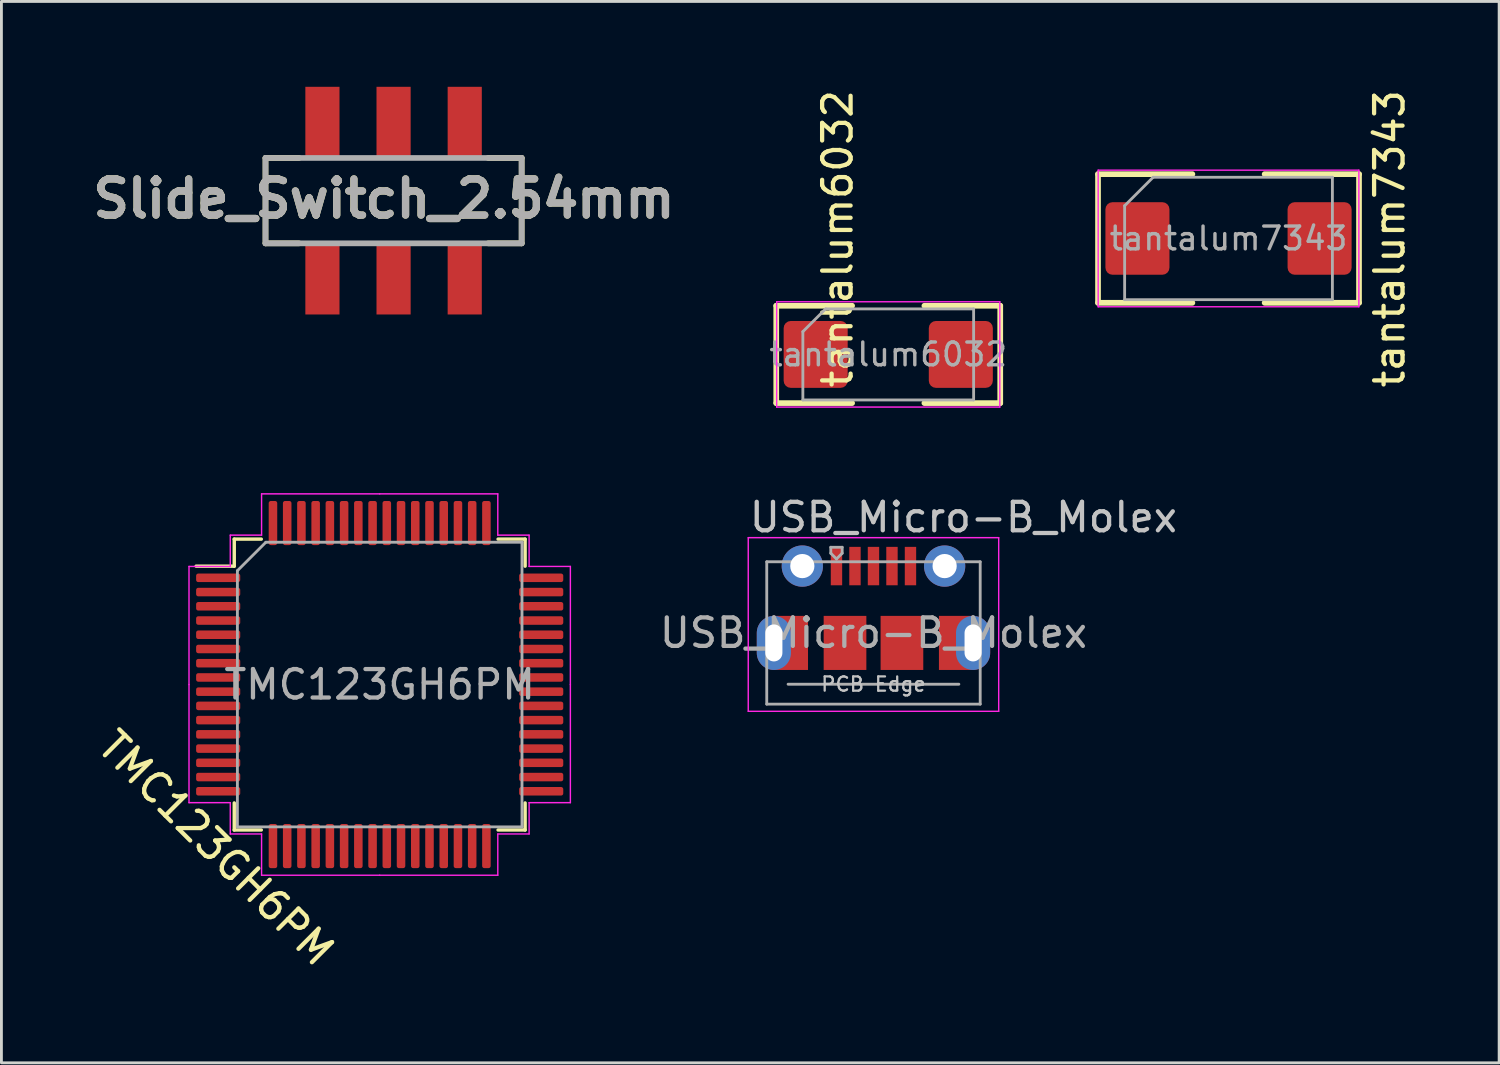
<source format=kicad_pcb>
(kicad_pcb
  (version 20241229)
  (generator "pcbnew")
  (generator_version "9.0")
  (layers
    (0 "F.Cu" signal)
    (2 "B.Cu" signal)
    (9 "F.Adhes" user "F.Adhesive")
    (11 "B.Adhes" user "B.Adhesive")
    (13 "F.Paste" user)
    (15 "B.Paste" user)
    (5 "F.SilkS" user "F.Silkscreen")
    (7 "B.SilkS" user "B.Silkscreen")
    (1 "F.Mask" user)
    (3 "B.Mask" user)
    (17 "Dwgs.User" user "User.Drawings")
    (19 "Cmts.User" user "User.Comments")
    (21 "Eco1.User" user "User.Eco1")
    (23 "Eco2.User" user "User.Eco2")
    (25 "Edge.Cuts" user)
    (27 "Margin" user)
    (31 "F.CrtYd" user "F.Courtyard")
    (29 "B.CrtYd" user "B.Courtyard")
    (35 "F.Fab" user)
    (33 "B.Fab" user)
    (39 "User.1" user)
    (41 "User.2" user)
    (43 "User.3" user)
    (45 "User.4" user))
  (footprint "tantalum7343"
    (layer "F.Cu")
    (at 40.116 5.329)
    (property "Reference" "tantalum7343" (at 5.66 0.01 270) (layer "F.SilkS") (effects (font (size 1 1) (thickness 0.15))))
    (attr smd)
    (fp_line (start -4.585 -2.26) (end -4.585 2.26) (stroke (width 0.2) (type solid)) (layer "F.SilkS"))
    (fp_line (start -4.585 2.26) (end -1.27 2.26) (stroke (width 0.2) (type solid)) (layer "F.SilkS"))
    (fp_line (start -1.27 -2.26) (end -4.585 -2.26) (stroke (width 0.2) (type solid)) (layer "F.SilkS"))
    (fp_line (start 1.27 2.26) (end 4.585 2.26) (stroke (width 0.2) (type solid)) (layer "F.SilkS"))
    (fp_line (start 4.585 -2.26) (end 1.27 -2.26) (stroke (width 0.2) (type solid)) (layer "F.SilkS"))
    (fp_line (start 4.585 2.26) (end 4.585 -2.26) (stroke (width 0.2) (type solid)) (layer "F.SilkS"))
    (fp_line (start -4.58 -2.4) (end 4.58 -2.4) (stroke (width 0.05) (type solid)) (layer "F.CrtYd"))
    (fp_line (start -4.58 2.4) (end -4.58 -2.4) (stroke (width 0.05) (type solid)) (layer "F.CrtYd"))
    (fp_line (start 4.58 -2.4) (end 4.58 2.4) (stroke (width 0.05) (type solid)) (layer "F.CrtYd"))
    (fp_line (start 4.58 2.4) (end -4.58 2.4) (stroke (width 0.05) (type solid)) (layer "F.CrtYd"))
    (fp_line (start -3.65 -1.15) (end -3.65 2.15) (stroke (width 0.1) (type solid)) (layer "F.Fab"))
    (fp_line (start -3.65 2.15) (end 3.65 2.15) (stroke (width 0.1) (type solid)) (layer "F.Fab"))
    (fp_line (start -2.65 -2.15) (end -3.65 -1.15) (stroke (width 0.1) (type solid)) (layer "F.Fab"))
    (fp_line (start 3.65 -2.15) (end -2.65 -2.15) (stroke (width 0.1) (type solid)) (layer "F.Fab"))
    (fp_line (start 3.65 2.15) (end 3.65 -2.15) (stroke (width 0.1) (type solid)) (layer "F.Fab"))
    (fp_text user "${REFERENCE}" (at 0 0 0) (layer "F.Fab") (effects (font (size 0.8 0.8) (thickness 0.12))))
    (pad "1" smd roundrect (at -3.2 0) (size 2.25 2.55) (layers "F.Cu" "F.Mask" "F.Paste") (roundrect_rratio 0.111))
    (pad "2" smd roundrect (at 3.2 0) (size 2.25 2.55) (layers "F.Cu" "F.Mask" "F.Paste") (roundrect_rratio 0.111)))
  (footprint "TMC123GH6PM"
    (layer "F.Cu")
    (at 10.291 21.003)
    (property "Reference" "TMC123GH6PM" (at -5.747 5.747 315) (layer "F.SilkS") (effects (font (size 1 1) (thickness 0.15))))
    (attr smd)
    (fp_line (start -5.11 -5.11) (end -5.11 -4.16) (stroke (width 0.12) (type solid)) (layer "F.SilkS"))
    (fp_line (start -5.11 -4.16) (end -6.45 -4.16) (stroke (width 0.12) (type solid)) (layer "F.SilkS"))
    (fp_line (start -5.11 5.11) (end -5.11 4.16) (stroke (width 0.12) (type solid)) (layer "F.SilkS"))
    (fp_line (start -4.16 -5.11) (end -5.11 -5.11) (stroke (width 0.12) (type solid)) (layer "F.SilkS"))
    (fp_line (start -4.16 5.11) (end -5.11 5.11) (stroke (width 0.12) (type solid)) (layer "F.SilkS"))
    (fp_line (start 4.16 -5.11) (end 5.11 -5.11) (stroke (width 0.12) (type solid)) (layer "F.SilkS"))
    (fp_line (start 4.16 5.11) (end 5.11 5.11) (stroke (width 0.12) (type solid)) (layer "F.SilkS"))
    (fp_line (start 5.11 -5.11) (end 5.11 -4.16) (stroke (width 0.12) (type solid)) (layer "F.SilkS"))
    (fp_line (start 5.11 5.11) (end 5.11 4.16) (stroke (width 0.12) (type solid)) (layer "F.SilkS"))
    (fp_line (start -6.7 -4.15) (end -6.7 0) (stroke (width 0.05) (type solid)) (layer "F.CrtYd"))
    (fp_line (start -6.7 4.15) (end -6.7 0) (stroke (width 0.05) (type solid)) (layer "F.CrtYd"))
    (fp_line (start -5.25 -5.25) (end -5.25 -4.15) (stroke (width 0.05) (type solid)) (layer "F.CrtYd"))
    (fp_line (start -5.25 -4.15) (end -6.7 -4.15) (stroke (width 0.05) (type solid)) (layer "F.CrtYd"))
    (fp_line (start -5.25 4.15) (end -6.7 4.15) (stroke (width 0.05) (type solid)) (layer "F.CrtYd"))
    (fp_line (start -5.25 5.25) (end -5.25 4.15) (stroke (width 0.05) (type solid)) (layer "F.CrtYd"))
    (fp_line (start -4.15 -6.7) (end -4.15 -5.25) (stroke (width 0.05) (type solid)) (layer "F.CrtYd"))
    (fp_line (start -4.15 -5.25) (end -5.25 -5.25) (stroke (width 0.05) (type solid)) (layer "F.CrtYd"))
    (fp_line (start -4.15 5.25) (end -5.25 5.25) (stroke (width 0.05) (type solid)) (layer "F.CrtYd"))
    (fp_line (start -4.15 6.7) (end -4.15 5.25) (stroke (width 0.05) (type solid)) (layer "F.CrtYd"))
    (fp_line (start 0 -6.7) (end -4.15 -6.7) (stroke (width 0.05) (type solid)) (layer "F.CrtYd"))
    (fp_line (start 0 -6.7) (end 4.15 -6.7) (stroke (width 0.05) (type solid)) (layer "F.CrtYd"))
    (fp_line (start 0 6.7) (end -4.15 6.7) (stroke (width 0.05) (type solid)) (layer "F.CrtYd"))
    (fp_line (start 0 6.7) (end 4.15 6.7) (stroke (width 0.05) (type solid)) (layer "F.CrtYd"))
    (fp_line (start 4.15 -6.7) (end 4.15 -5.25) (stroke (width 0.05) (type solid)) (layer "F.CrtYd"))
    (fp_line (start 4.15 -5.25) (end 5.25 -5.25) (stroke (width 0.05) (type solid)) (layer "F.CrtYd"))
    (fp_line (start 4.15 5.25) (end 5.25 5.25) (stroke (width 0.05) (type solid)) (layer "F.CrtYd"))
    (fp_line (start 4.15 6.7) (end 4.15 5.25) (stroke (width 0.05) (type solid)) (layer "F.CrtYd"))
    (fp_line (start 5.25 -5.25) (end 5.25 -4.15) (stroke (width 0.05) (type solid)) (layer "F.CrtYd"))
    (fp_line (start 5.25 -4.15) (end 6.7 -4.15) (stroke (width 0.05) (type solid)) (layer "F.CrtYd"))
    (fp_line (start 5.25 4.15) (end 6.7 4.15) (stroke (width 0.05) (type solid)) (layer "F.CrtYd"))
    (fp_line (start 5.25 5.25) (end 5.25 4.15) (stroke (width 0.05) (type solid)) (layer "F.CrtYd"))
    (fp_line (start 6.7 -4.15) (end 6.7 0) (stroke (width 0.05) (type solid)) (layer "F.CrtYd"))
    (fp_line (start 6.7 4.15) (end 6.7 0) (stroke (width 0.05) (type solid)) (layer "F.CrtYd"))
    (fp_line (start -5 -4) (end -4 -5) (stroke (width 0.1) (type solid)) (layer "F.Fab"))
    (fp_line (start -5 5) (end -5 -4) (stroke (width 0.1) (type solid)) (layer "F.Fab"))
    (fp_line (start -4 -5) (end 5 -5) (stroke (width 0.1) (type solid)) (layer "F.Fab"))
    (fp_line (start 5 -5) (end 5 5) (stroke (width 0.1) (type solid)) (layer "F.Fab"))
    (fp_line (start 5 5) (end -5 5) (stroke (width 0.1) (type solid)) (layer "F.Fab"))
    (fp_text user "${REFERENCE}" (at 0 0 0) (layer "F.Fab") (effects (font (size 1 1) (thickness 0.15))))
    (pad "1" smd roundrect (at -5.675 -3.75) (size 1.55 0.3) (layers "F.Cu" "F.Mask" "F.Paste") (roundrect_rratio 0.25))
    (pad "2" smd roundrect (at -5.675 -3.25) (size 1.55 0.3) (layers "F.Cu" "F.Mask" "F.Paste") (roundrect_rratio 0.25))
    (pad "3" smd roundrect (at -5.675 -2.75) (size 1.55 0.3) (layers "F.Cu" "F.Mask" "F.Paste") (roundrect_rratio 0.25))
    (pad "4" smd roundrect (at -5.675 -2.25) (size 1.55 0.3) (layers "F.Cu" "F.Mask" "F.Paste") (roundrect_rratio 0.25))
    (pad "5" smd roundrect (at -5.675 -1.75) (size 1.55 0.3) (layers "F.Cu" "F.Mask" "F.Paste") (roundrect_rratio 0.25))
    (pad "6" smd roundrect (at -5.675 -1.25) (size 1.55 0.3) (layers "F.Cu" "F.Mask" "F.Paste") (roundrect_rratio 0.25))
    (pad "7" smd roundrect (at -5.675 -0.75) (size 1.55 0.3) (layers "F.Cu" "F.Mask" "F.Paste") (roundrect_rratio 0.25))
    (pad "8" smd roundrect (at -5.675 -0.25) (size 1.55 0.3) (layers "F.Cu" "F.Mask" "F.Paste") (roundrect_rratio 0.25))
    (pad "9" smd roundrect (at -5.675 0.25) (size 1.55 0.3) (layers "F.Cu" "F.Mask" "F.Paste") (roundrect_rratio 0.25))
    (pad "10" smd roundrect (at -5.675 0.75) (size 1.55 0.3) (layers "F.Cu" "F.Mask" "F.Paste") (roundrect_rratio 0.25))
    (pad "11" smd roundrect (at -5.675 1.25) (size 1.55 0.3) (layers "F.Cu" "F.Mask" "F.Paste") (roundrect_rratio 0.25))
    (pad "12" smd roundrect (at -5.675 1.75) (size 1.55 0.3) (layers "F.Cu" "F.Mask" "F.Paste") (roundrect_rratio 0.25))
    (pad "13" smd roundrect (at -5.675 2.25) (size 1.55 0.3) (layers "F.Cu" "F.Mask" "F.Paste") (roundrect_rratio 0.25))
    (pad "14" smd roundrect (at -5.675 2.75) (size 1.55 0.3) (layers "F.Cu" "F.Mask" "F.Paste") (roundrect_rratio 0.25))
    (pad "15" smd roundrect (at -5.675 3.25) (size 1.55 0.3) (layers "F.Cu" "F.Mask" "F.Paste") (roundrect_rratio 0.25))
    (pad "16" smd roundrect (at -5.675 3.75) (size 1.55 0.3) (layers "F.Cu" "F.Mask" "F.Paste") (roundrect_rratio 0.25))
    (pad "17" smd roundrect (at -3.75 5.675) (size 0.3 1.55) (layers "F.Cu" "F.Mask" "F.Paste") (roundrect_rratio 0.25))
    (pad "18" smd roundrect (at -3.25 5.675) (size 0.3 1.55) (layers "F.Cu" "F.Mask" "F.Paste") (roundrect_rratio 0.25))
    (pad "19" smd roundrect (at -2.75 5.675) (size 0.3 1.55) (layers "F.Cu" "F.Mask" "F.Paste") (roundrect_rratio 0.25))
    (pad "20" smd roundrect (at -2.25 5.675) (size 0.3 1.55) (layers "F.Cu" "F.Mask" "F.Paste") (roundrect_rratio 0.25))
    (pad "21" smd roundrect (at -1.75 5.675) (size 0.3 1.55) (layers "F.Cu" "F.Mask" "F.Paste") (roundrect_rratio 0.25))
    (pad "22" smd roundrect (at -1.25 5.675) (size 0.3 1.55) (layers "F.Cu" "F.Mask" "F.Paste") (roundrect_rratio 0.25))
    (pad "23" smd roundrect (at -0.75 5.675) (size 0.3 1.55) (layers "F.Cu" "F.Mask" "F.Paste") (roundrect_rratio 0.25))
    (pad "24" smd roundrect (at -0.25 5.675) (size 0.3 1.55) (layers "F.Cu" "F.Mask" "F.Paste") (roundrect_rratio 0.25))
    (pad "25" smd roundrect (at 0.25 5.675) (size 0.3 1.55) (layers "F.Cu" "F.Mask" "F.Paste") (roundrect_rratio 0.25))
    (pad "26" smd roundrect (at 0.75 5.675) (size 0.3 1.55) (layers "F.Cu" "F.Mask" "F.Paste") (roundrect_rratio 0.25))
    (pad "27" smd roundrect (at 1.25 5.675) (size 0.3 1.55) (layers "F.Cu" "F.Mask" "F.Paste") (roundrect_rratio 0.25))
    (pad "28" smd roundrect (at 1.75 5.675) (size 0.3 1.55) (layers "F.Cu" "F.Mask" "F.Paste") (roundrect_rratio 0.25))
    (pad "29" smd roundrect (at 2.25 5.675) (size 0.3 1.55) (layers "F.Cu" "F.Mask" "F.Paste") (roundrect_rratio 0.25))
    (pad "30" smd roundrect (at 2.75 5.675) (size 0.3 1.55) (layers "F.Cu" "F.Mask" "F.Paste") (roundrect_rratio 0.25))
    (pad "31" smd roundrect (at 3.25 5.675) (size 0.3 1.55) (layers "F.Cu" "F.Mask" "F.Paste") (roundrect_rratio 0.25))
    (pad "32" smd roundrect (at 3.75 5.675) (size 0.3 1.55) (layers "F.Cu" "F.Mask" "F.Paste") (roundrect_rratio 0.25))
    (pad "33" smd roundrect (at 5.675 3.75) (size 1.55 0.3) (layers "F.Cu" "F.Mask" "F.Paste") (roundrect_rratio 0.25))
    (pad "34" smd roundrect (at 5.675 3.25) (size 1.55 0.3) (layers "F.Cu" "F.Mask" "F.Paste") (roundrect_rratio 0.25))
    (pad "35" smd roundrect (at 5.675 2.75) (size 1.55 0.3) (layers "F.Cu" "F.Mask" "F.Paste") (roundrect_rratio 0.25))
    (pad "36" smd roundrect (at 5.675 2.25) (size 1.55 0.3) (layers "F.Cu" "F.Mask" "F.Paste") (roundrect_rratio 0.25))
    (pad "37" smd roundrect (at 5.675 1.75) (size 1.55 0.3) (layers "F.Cu" "F.Mask" "F.Paste") (roundrect_rratio 0.25))
    (pad "38" smd roundrect (at 5.675 1.25) (size 1.55 0.3) (layers "F.Cu" "F.Mask" "F.Paste") (roundrect_rratio 0.25))
    (pad "39" smd roundrect (at 5.675 0.75) (size 1.55 0.3) (layers "F.Cu" "F.Mask" "F.Paste") (roundrect_rratio 0.25))
    (pad "40" smd roundrect (at 5.675 0.25) (size 1.55 0.3) (layers "F.Cu" "F.Mask" "F.Paste") (roundrect_rratio 0.25))
    (pad "41" smd roundrect (at 5.675 -0.25) (size 1.55 0.3) (layers "F.Cu" "F.Mask" "F.Paste") (roundrect_rratio 0.25))
    (pad "42" smd roundrect (at 5.675 -0.75) (size 1.55 0.3) (layers "F.Cu" "F.Mask" "F.Paste") (roundrect_rratio 0.25))
    (pad "43" smd roundrect (at 5.675 -1.25) (size 1.55 0.3) (layers "F.Cu" "F.Mask" "F.Paste") (roundrect_rratio 0.25))
    (pad "44" smd roundrect (at 5.675 -1.75) (size 1.55 0.3) (layers "F.Cu" "F.Mask" "F.Paste") (roundrect_rratio 0.25))
    (pad "45" smd roundrect (at 5.675 -2.25) (size 1.55 0.3) (layers "F.Cu" "F.Mask" "F.Paste") (roundrect_rratio 0.25))
    (pad "46" smd roundrect (at 5.675 -2.75) (size 1.55 0.3) (layers "F.Cu" "F.Mask" "F.Paste") (roundrect_rratio 0.25))
    (pad "47" smd roundrect (at 5.675 -3.25) (size 1.55 0.3) (layers "F.Cu" "F.Mask" "F.Paste") (roundrect_rratio 0.25))
    (pad "48" smd roundrect (at 5.675 -3.75) (size 1.55 0.3) (layers "F.Cu" "F.Mask" "F.Paste") (roundrect_rratio 0.25))
    (pad "49" smd roundrect (at 3.75 -5.675) (size 0.3 1.55) (layers "F.Cu" "F.Mask" "F.Paste") (roundrect_rratio 0.25))
    (pad "50" smd roundrect (at 3.25 -5.675) (size 0.3 1.55) (layers "F.Cu" "F.Mask" "F.Paste") (roundrect_rratio 0.25))
    (pad "51" smd roundrect (at 2.75 -5.675) (size 0.3 1.55) (layers "F.Cu" "F.Mask" "F.Paste") (roundrect_rratio 0.25))
    (pad "52" smd roundrect (at 2.25 -5.675) (size 0.3 1.55) (layers "F.Cu" "F.Mask" "F.Paste") (roundrect_rratio 0.25))
    (pad "53" smd roundrect (at 1.75 -5.675) (size 0.3 1.55) (layers "F.Cu" "F.Mask" "F.Paste") (roundrect_rratio 0.25))
    (pad "54" smd roundrect (at 1.25 -5.675) (size 0.3 1.55) (layers "F.Cu" "F.Mask" "F.Paste") (roundrect_rratio 0.25))
    (pad "55" smd roundrect (at 0.75 -5.675) (size 0.3 1.55) (layers "F.Cu" "F.Mask" "F.Paste") (roundrect_rratio 0.25))
    (pad "56" smd roundrect (at 0.25 -5.675) (size 0.3 1.55) (layers "F.Cu" "F.Mask" "F.Paste") (roundrect_rratio 0.25))
    (pad "57" smd roundrect (at -0.25 -5.675) (size 0.3 1.55) (layers "F.Cu" "F.Mask" "F.Paste") (roundrect_rratio 0.25))
    (pad "58" smd roundrect (at -0.75 -5.675) (size 0.3 1.55) (layers "F.Cu" "F.Mask" "F.Paste") (roundrect_rratio 0.25))
    (pad "59" smd roundrect (at -1.25 -5.675) (size 0.3 1.55) (layers "F.Cu" "F.Mask" "F.Paste") (roundrect_rratio 0.25))
    (pad "60" smd roundrect (at -1.75 -5.675) (size 0.3 1.55) (layers "F.Cu" "F.Mask" "F.Paste") (roundrect_rratio 0.25))
    (pad "61" smd roundrect (at -2.25 -5.675) (size 0.3 1.55) (layers "F.Cu" "F.Mask" "F.Paste") (roundrect_rratio 0.25))
    (pad "62" smd roundrect (at -2.75 -5.675) (size 0.3 1.55) (layers "F.Cu" "F.Mask" "F.Paste") (roundrect_rratio 0.25))
    (pad "63" smd roundrect (at -3.25 -5.675) (size 0.3 1.55) (layers "F.Cu" "F.Mask" "F.Paste") (roundrect_rratio 0.25))
    (pad "64" smd roundrect (at -3.75 -5.675) (size 0.3 1.55) (layers "F.Cu" "F.Mask" "F.Paste") (roundrect_rratio 0.25)))
  (footprint "tantalum6032"
    (layer "F.Cu")
    (at 28.16 9.403)
    (property "Reference" "tantalum6032" (at -1.778 -4.064 90) (layer "F.SilkS") (effects (font (size 1 1) (thickness 0.15))))
    (attr smd)
    (fp_line (start -3.935 -1.71) (end -3.935 1.71) (stroke (width 0.2) (type solid)) (layer "F.SilkS"))
    (fp_line (start -3.935 1.71) (end -1.27 1.71) (stroke (width 0.2) (type solid)) (layer "F.SilkS"))
    (fp_line (start -1.27 -1.71) (end -3.935 -1.71) (stroke (width 0.2) (type solid)) (layer "F.SilkS"))
    (fp_line (start 1.27 1.71) (end 3.935 1.71) (stroke (width 0.2) (type solid)) (layer "F.SilkS"))
    (fp_line (start 3.935 -1.71) (end 1.27 -1.71) (stroke (width 0.2) (type solid)) (layer "F.SilkS"))
    (fp_line (start 3.935 1.71) (end 3.935 -1.71) (stroke (width 0.2) (type solid)) (layer "F.SilkS"))
    (fp_line (start -3.92 -1.85) (end 3.92 -1.85) (stroke (width 0.05) (type solid)) (layer "F.CrtYd"))
    (fp_line (start -3.92 1.85) (end -3.92 -1.85) (stroke (width 0.05) (type solid)) (layer "F.CrtYd"))
    (fp_line (start 3.92 -1.85) (end 3.92 1.85) (stroke (width 0.05) (type solid)) (layer "F.CrtYd"))
    (fp_line (start 3.92 1.85) (end -3.92 1.85) (stroke (width 0.05) (type solid)) (layer "F.CrtYd"))
    (fp_line (start -3 -0.8) (end -3 1.6) (stroke (width 0.1) (type solid)) (layer "F.Fab"))
    (fp_line (start -3 1.6) (end 3 1.6) (stroke (width 0.1) (type solid)) (layer "F.Fab"))
    (fp_line (start -2.2 -1.6) (end -3 -0.8) (stroke (width 0.1) (type solid)) (layer "F.Fab"))
    (fp_line (start 3 -1.6) (end -2.2 -1.6) (stroke (width 0.1) (type solid)) (layer "F.Fab"))
    (fp_line (start 3 1.6) (end 3 -1.6) (stroke (width 0.1) (type solid)) (layer "F.Fab"))
    (fp_text user "${REFERENCE}" (at 0 0 0) (layer "F.Fab") (effects (font (size 0.8 0.8) (thickness 0.12))))
    (pad "1" smd roundrect (at -2.55 0) (size 2.25 2.35) (layers "F.Cu" "F.Mask" "F.Paste") (roundrect_rratio 0.111))
    (pad "2" smd roundrect (at 2.55 0) (size 2.25 2.35) (layers "F.Cu" "F.Mask" "F.Paste") (roundrect_rratio 0.111)))
  (footprint "USB_Micro-B_Molex"
    (layer "F.Cu")
    (at 27.641 18.302)
    (property "Reference" "USB_Micro-B_Molex" (at 3.16 -3.175 0) (layer "Dwgs.User") (effects (font (size 1 1) (thickness 0.15))))
    (attr smd)
    (fp_line (start -4.4 -2.46) (end 4.4 -2.46) (stroke (width 0.05) (type solid)) (layer "F.CrtYd"))
    (fp_line (start -4.4 3.64) (end -4.4 -2.46) (stroke (width 0.05) (type solid)) (layer "F.CrtYd"))
    (fp_line (start -4.4 3.64) (end 4.4 3.64) (stroke (width 0.05) (type solid)) (layer "F.CrtYd"))
    (fp_line (start 4.4 -2.46) (end 4.4 3.64) (stroke (width 0.05) (type solid)) (layer "F.CrtYd"))
    (fp_line (start -3.75 -1.613) (end 3.75 -1.613) (stroke (width 0.1) (type solid)) (layer "F.Fab"))
    (fp_line (start -3.75 3.388) (end -3.75 -1.613) (stroke (width 0.1) (type solid)) (layer "F.Fab"))
    (fp_line (start -3.75 3.389) (end 3.75 3.389) (stroke (width 0.1) (type solid)) (layer "F.Fab"))
    (fp_line (start -3 2.689) (end 3 2.689) (stroke (width 0.1) (type solid)) (layer "F.Fab"))
    (fp_line (start -1.5 -2.123) (end -1.5 -1.913) (stroke (width 0.1) (type solid)) (layer "F.Fab"))
    (fp_line (start -1.5 -2.123) (end -1.1 -2.123) (stroke (width 0.1) (type solid)) (layer "F.Fab"))
    (fp_line (start -1.3 -1.712) (end -1.5 -1.913) (stroke (width 0.1) (type solid)) (layer "F.Fab"))
    (fp_line (start -1.1 -2.123) (end -1.1 -1.913) (stroke (width 0.1) (type solid)) (layer "F.Fab"))
    (fp_line (start -1.1 -1.913) (end -1.3 -1.712) (stroke (width 0.1) (type solid)) (layer "F.Fab"))
    (fp_line (start 3.75 3.388) (end 3.75 -1.613) (stroke (width 0.1) (type solid)) (layer "F.Fab"))
    (fp_text user "PCB Edge" (at 0 2.688 0) (layer "Dwgs.User") (effects (font (size 0.5 0.5) (thickness 0.08))))
    (fp_text user "${REFERENCE}" (at 0 0.887 0) (layer "F.Fab") (effects (font (size 1 1) (thickness 0.15))))
    (pad "1" smd rect (at -1.3 -1.462) (size 0.4 1.35) (layers "F.Cu" "F.Mask" "F.Paste"))
    (pad "2" smd rect (at -0.65 -1.462) (size 0.4 1.35) (layers "F.Cu" "F.Mask" "F.Paste"))
    (pad "3" smd rect (at 0 -1.462) (size 0.4 1.35) (layers "F.Cu" "F.Mask" "F.Paste"))
    (pad "4" smd rect (at 0.65 -1.462) (size 0.4 1.35) (layers "F.Cu" "F.Mask" "F.Paste"))
    (pad "5" smd rect (at 1.3 -1.462) (size 0.4 1.35) (layers "F.Cu" "F.Mask" "F.Paste"))
    (pad "6" thru_hole oval (at -3.5 1.238 180) (size 1.2 1.9) (drill oval 0.6 1.3) (layers "*.Cu" "*.Mask"))
    (pad "6" smd rect (at -2.9 1.238) (size 1.2 1.9) (layers "F.Cu" "F.Mask"))
    (pad "6" thru_hole circle (at -2.5 -1.462) (size 1.45 1.45) (drill 0.85) (layers "*.Cu" "*.Mask"))
    (pad "6" smd rect (at -1 1.238) (size 1.5 1.9) (layers "F.Cu" "F.Mask" "F.Paste"))
    (pad "6" smd rect (at 1 1.238) (size 1.5 1.9) (layers "F.Cu" "F.Mask" "F.Paste"))
    (pad "6" thru_hole circle (at 2.5 -1.462) (size 1.45 1.45) (drill 0.85) (layers "*.Cu" "*.Mask"))
    (pad "6" smd rect (at 2.9 1.238) (size 1.2 1.9) (layers "F.Cu" "F.Mask"))
    (pad "6" thru_hole oval (at 3.5 1.238) (size 1.2 1.9) (drill oval 0.6 1.3) (layers "*.Cu" "*.Mask")))
  (footprint "Slide_Switch_2.54mm"
    (layer "F.Cu")
    (at 10.779 4)
    (property "Reference" "Slide_Switch_2.54mm" (at -0.335 -0.068 180) (layer "F.SilkS") (effects (font (size 1.27 1.27) (thickness 0.254))))
    (attr smd)
    (fp_line (start -4.5 -1.5) (end -4.5 1.5) (stroke (width 0.2) (type solid)) (layer "F.SilkS"))
    (fp_line (start -4.5 -1.5) (end -3.323 -1.5) (stroke (width 0.2) (type solid)) (layer "F.SilkS"))
    (fp_line (start -4.5 1.5) (end -3.323 1.5) (stroke (width 0.2) (type solid)) (layer "F.SilkS"))
    (fp_line (start 4.5 -1.5) (end 3.323 -1.5) (stroke (width 0.2) (type solid)) (layer "F.SilkS"))
    (fp_line (start 4.5 1.5) (end 3.323 1.5) (stroke (width 0.2) (type solid)) (layer "F.SilkS"))
    (fp_line (start 4.5 1.5) (end 4.5 -1.5) (stroke (width 0.2) (type solid)) (layer "F.SilkS"))
    (fp_line (start -4.5 -1.5) (end 4.5 -1.5) (stroke (width 0.2) (type solid)) (layer "F.Fab"))
    (fp_line (start -4.5 1.5) (end -4.5 -1.5) (stroke (width 0.2) (type solid)) (layer "F.Fab"))
    (fp_line (start 4.5 -1.5) (end 4.5 1.5) (stroke (width 0.2) (type solid)) (layer "F.Fab"))
    (fp_line (start 4.5 1.5) (end -4.5 1.5) (stroke (width 0.2) (type solid)) (layer "F.Fab"))
    (fp_text user "${REFERENCE}" (at -0.335 -0.068 180) (layer "F.Fab") (effects (font (size 1.27 1.27) (thickness 0.254))))
    (pad "1" smd rect (at -2.5 2.75) (size 1.2 2.5) (layers "F.Cu" "F.Mask" "F.Paste"))
    (pad "2" smd rect (at 0 2.75) (size 1.2 2.5) (layers "F.Cu" "F.Mask" "F.Paste"))
    (pad "3" smd rect (at 2.5 2.75) (size 1.2 2.5) (layers "F.Cu" "F.Mask" "F.Paste"))
    (pad "4" smd rect (at 2.5 -2.75) (size 1.2 2.5) (layers "F.Cu" "F.Mask" "F.Paste"))
    (pad "5" smd rect (at 0 -2.75) (size 1.2 2.5) (layers "F.Cu" "F.Mask" "F.Paste"))
    (pad "6" smd rect (at -2.5 -2.75) (size 1.2 2.5) (layers "F.Cu" "F.Mask" "F.Paste")))
  (gr_rect
    (start -3 -3)
    (end 49.625 34.294)
    (stroke (width 0.1) (type default))
    (fill no)
    (layer "Edge.Cuts")))
</source>
